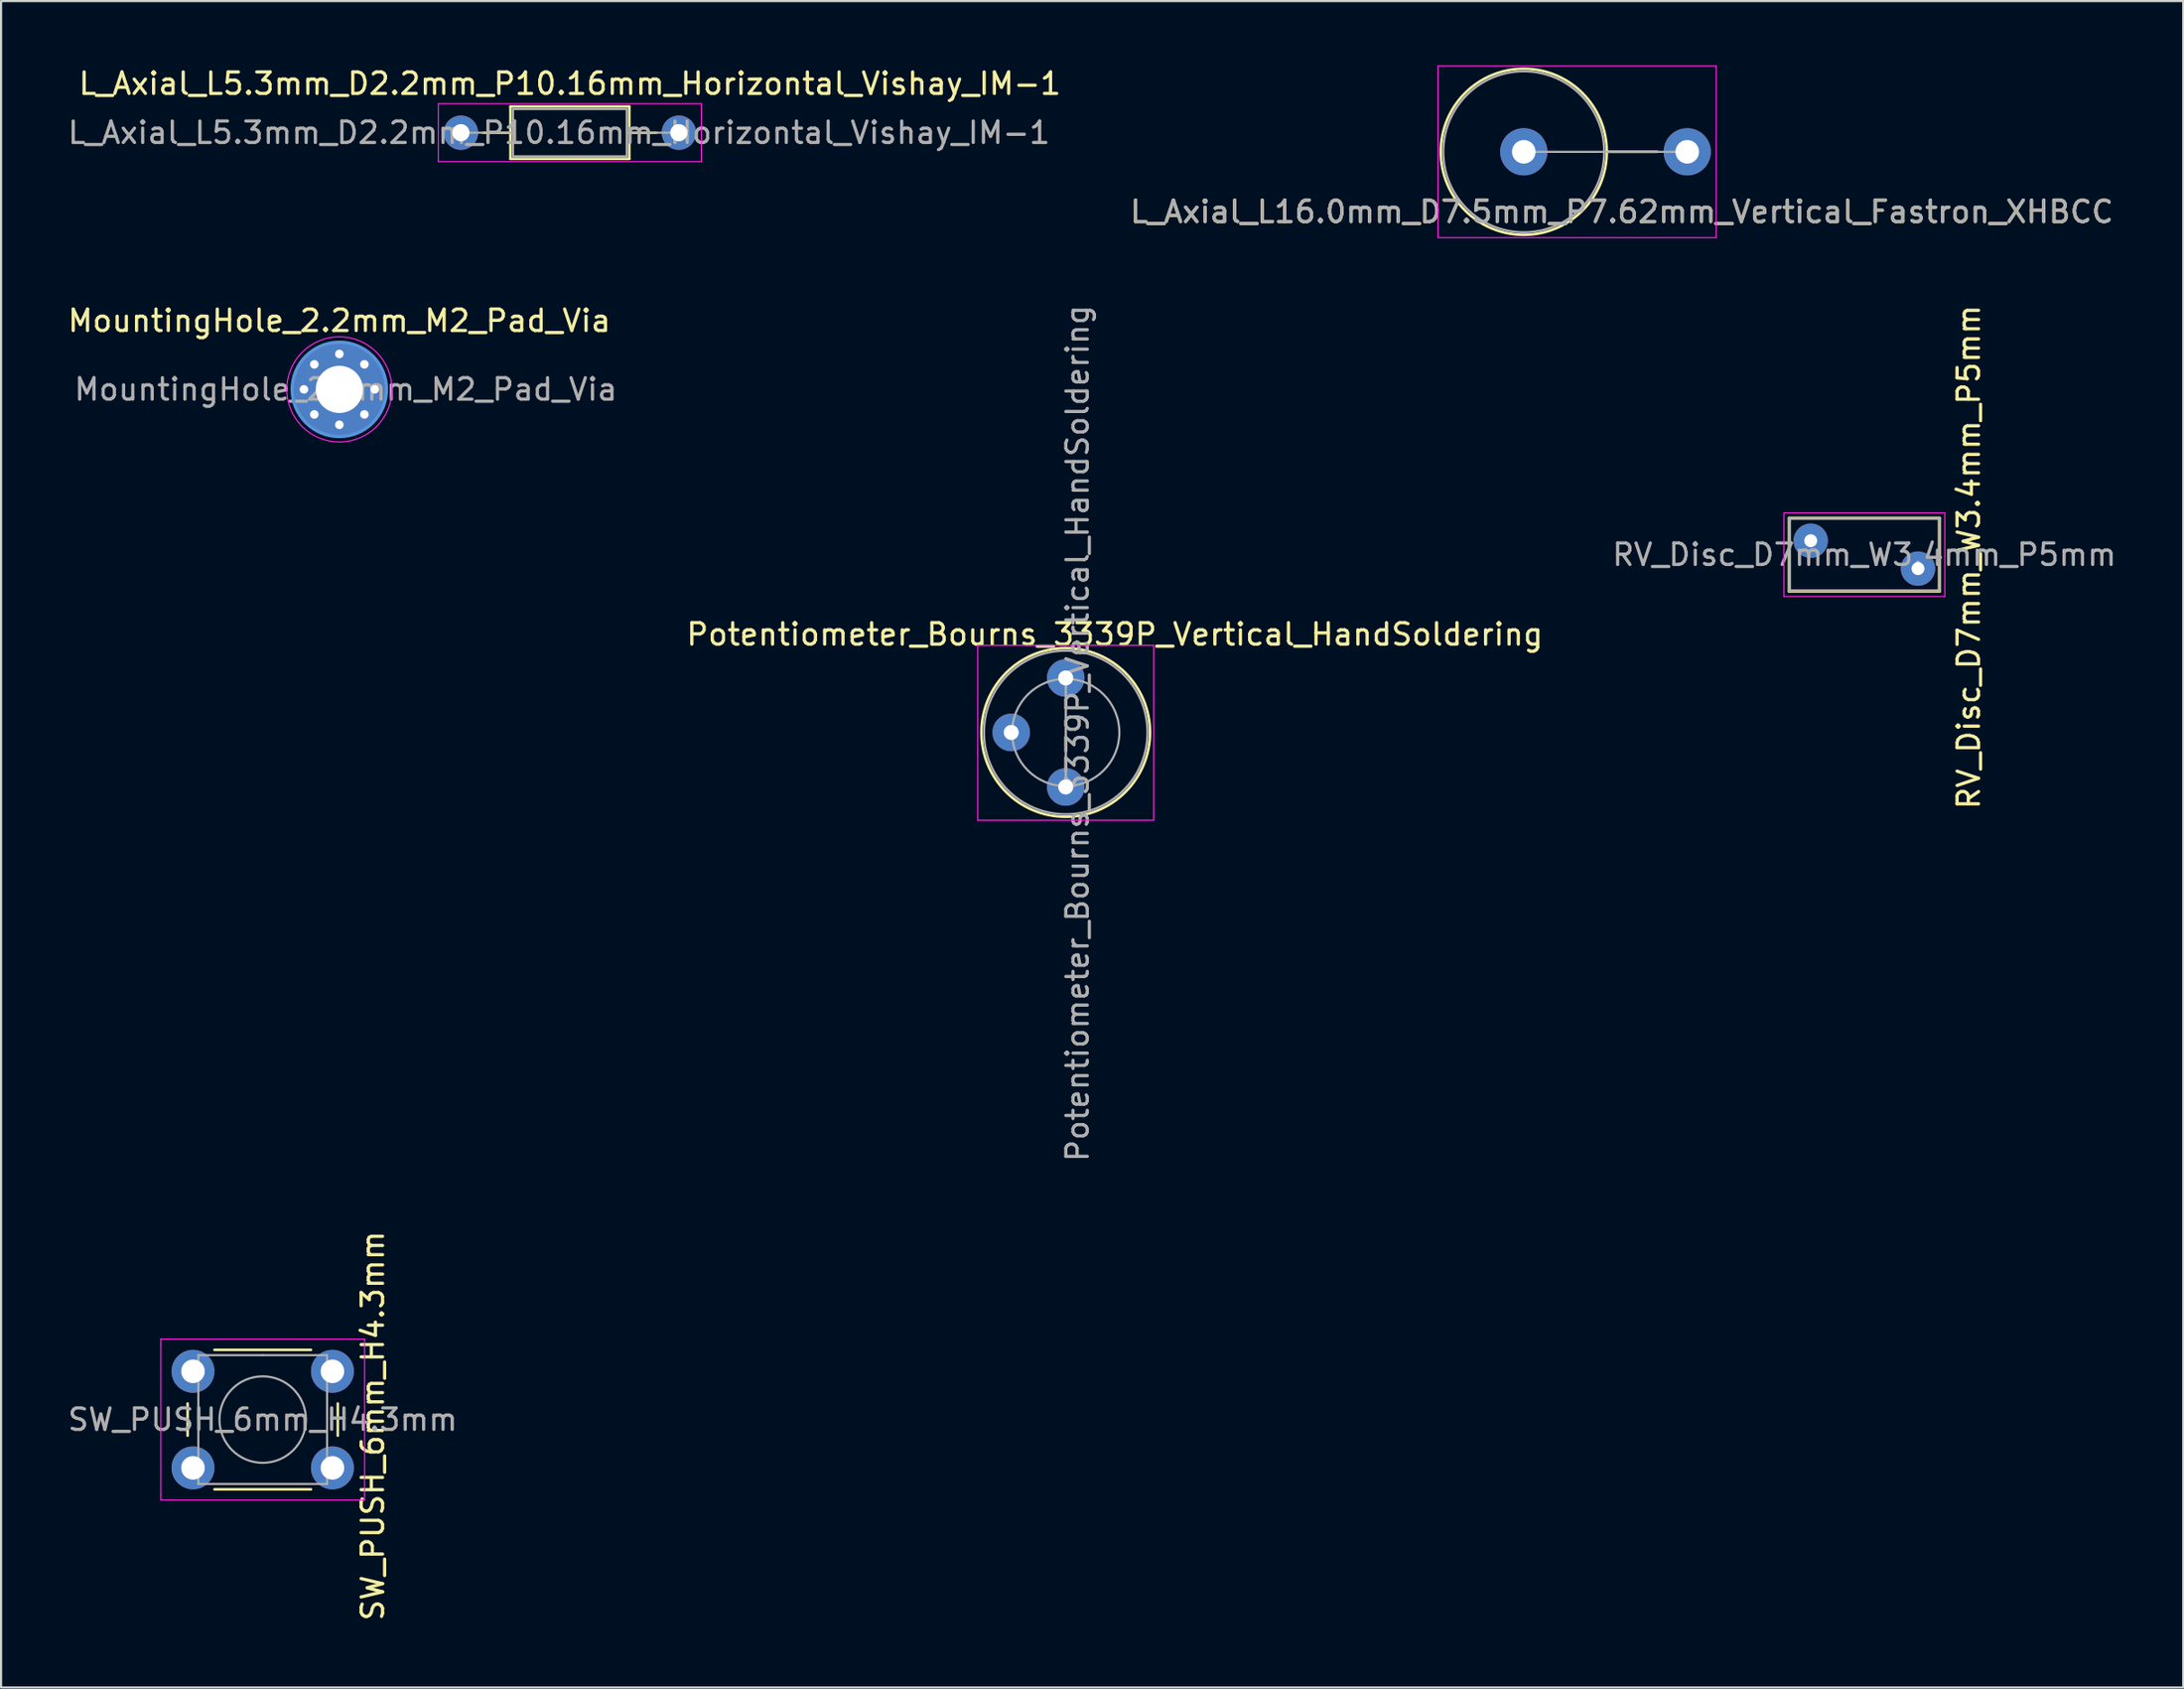
<source format=kicad_pcb>
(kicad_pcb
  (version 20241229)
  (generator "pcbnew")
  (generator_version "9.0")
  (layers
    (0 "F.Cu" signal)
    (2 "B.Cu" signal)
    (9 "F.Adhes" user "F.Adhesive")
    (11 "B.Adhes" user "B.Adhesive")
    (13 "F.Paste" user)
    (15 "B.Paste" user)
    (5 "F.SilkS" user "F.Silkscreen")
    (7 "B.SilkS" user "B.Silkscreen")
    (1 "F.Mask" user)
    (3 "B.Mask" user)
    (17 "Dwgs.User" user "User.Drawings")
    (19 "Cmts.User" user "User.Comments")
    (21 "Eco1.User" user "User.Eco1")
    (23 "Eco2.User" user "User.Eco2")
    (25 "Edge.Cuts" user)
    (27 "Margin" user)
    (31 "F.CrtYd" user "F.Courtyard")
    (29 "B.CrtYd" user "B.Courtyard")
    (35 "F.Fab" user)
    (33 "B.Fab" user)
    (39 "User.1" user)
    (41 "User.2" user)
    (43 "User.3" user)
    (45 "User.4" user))
  (footprint "Potentiometer_Bourns_3339P_Vertical_HandSoldering"
    (layer "F.Cu")
    (at 46.627 33.627)
    (property "Reference" "Potentiometer_Bourns_3339P_Vertical_HandSoldering" (at 2.286 -7.112 0) (layer "F.SilkS") (effects (font (size 1 1) (thickness 0.15))))
    (attr through_hole)
    (fp_circle (center 0 -2.54) (end 3.93 -2.54) (stroke (width 0.12) (type solid)) (fill no) (layer "F.SilkS"))
    (fp_line (start -4.1 -6.6) (end -4.1 1.55) (stroke (width 0.05) (type solid)) (layer "F.CrtYd"))
    (fp_line (start -4.1 1.55) (end 4.1 1.55) (stroke (width 0.05) (type solid)) (layer "F.CrtYd"))
    (fp_line (start 4.1 -6.6) (end -4.1 -6.6) (stroke (width 0.05) (type solid)) (layer "F.CrtYd"))
    (fp_line (start 4.1 1.55) (end 4.1 -6.6) (stroke (width 0.05) (type solid)) (layer "F.CrtYd"))
    (fp_line (start 0 -0.064) (end 0.001 -5.014) (stroke (width 0.1) (type solid)) (layer "F.Fab"))
    (fp_line (start 0 -0.064) (end 0.001 -5.014) (stroke (width 0.1) (type solid)) (layer "F.Fab"))
    (fp_circle (center 0 -2.54) (end 2.5 -2.54) (stroke (width 0.1) (type solid)) (fill no) (layer "F.Fab"))
    (fp_circle (center 0 -2.54) (end 3.81 -2.54) (stroke (width 0.1) (type solid)) (fill no) (layer "F.Fab"))
    (fp_text user "${REFERENCE}" (at 0.55 -2.5 90) (layer "F.Fab") (effects (font (size 1 1) (thickness 0.15))))
    (pad "1" thru_hole circle (at 0 0) (size 1.75 1.75) (drill 0.7) (layers "*.Cu" "*.Mask"))
    (pad "2" thru_hole circle (at -2.54 -2.54) (size 1.75 1.75) (drill 0.7) (layers "*.Cu" "*.Mask"))
    (pad "3" thru_hole circle (at 0 -5.08) (size 1.75 1.75) (drill 0.7) (layers "*.Cu" "*.Mask")))
  (footprint "RV_Disc_D7mm_W3.4mm_P5mm"
    (layer "F.Cu")
    (at 81.354 22.151)
    (property "Reference" "RV_Disc_D7mm_W3.4mm_P5mm" (at 7.366 0.762 270) (layer "F.SilkS") (effects (font (size 1 1) (thickness 0.15))))
    (attr through_hole)
    (fp_line (start -1 -1.05) (end -1 2.35) (stroke (width 0.15) (type solid)) (layer "F.SilkS"))
    (fp_line (start -1 -1.05) (end 6 -1.05) (stroke (width 0.15) (type solid)) (layer "F.SilkS"))
    (fp_line (start -1 2.35) (end 6 2.35) (stroke (width 0.15) (type solid)) (layer "F.SilkS"))
    (fp_line (start 6 -1.05) (end 6 2.35) (stroke (width 0.15) (type solid)) (layer "F.SilkS"))
    (fp_line (start -1.25 -1.3) (end -1.25 2.6) (stroke (width 0.05) (type solid)) (layer "F.CrtYd"))
    (fp_line (start -1.25 -1.3) (end 6.25 -1.3) (stroke (width 0.05) (type solid)) (layer "F.CrtYd"))
    (fp_line (start -1.25 2.6) (end 6.25 2.6) (stroke (width 0.05) (type solid)) (layer "F.CrtYd"))
    (fp_line (start 6.25 -1.3) (end 6.25 2.6) (stroke (width 0.05) (type solid)) (layer "F.CrtYd"))
    (fp_line (start -1 -1.05) (end -1 2.35) (stroke (width 0.1) (type solid)) (layer "F.Fab"))
    (fp_line (start -1 -1.05) (end 6 -1.05) (stroke (width 0.1) (type solid)) (layer "F.Fab"))
    (fp_line (start -1 2.35) (end 6 2.35) (stroke (width 0.1) (type solid)) (layer "F.Fab"))
    (fp_line (start 6 -1.05) (end 6 2.35) (stroke (width 0.1) (type solid)) (layer "F.Fab"))
    (fp_text user "${REFERENCE}" (at 2.5 0.65 0) (layer "F.Fab") (effects (font (size 1 1) (thickness 0.15))))
    (pad "1" thru_hole circle (at 0 0) (size 1.6 1.6) (drill 0.6) (layers "*.Cu" "*.Mask"))
    (pad "2" thru_hole circle (at 5 1.3) (size 1.6 1.6) (drill 0.6) (layers "*.Cu" "*.Mask")))
  (footprint "L_Axial_L16.0mm_D7.5mm_P7.62mm_Vertical_Fastron_XHBCC"
    (layer "F.Cu")
    (at 67.978 4.025)
    (property "Reference" "L_Axial_L16.0mm_D7.5mm_P7.62mm_Vertical_Fastron_XHBCC" (at 4.572 2.794 0) (layer "F.SilkS") (effects (font (size 1 1) (thickness 0.15))))
    (attr through_hole)
    (fp_line (start 3.87 0) (end 6.22 0) (stroke (width 0.12) (type solid)) (layer "F.SilkS"))
    (fp_circle (center 0 0) (end 3.87 0) (stroke (width 0.12) (type solid)) (fill no) (layer "F.SilkS"))
    (fp_line (start -4 -4) (end -4 4) (stroke (width 0.05) (type solid)) (layer "F.CrtYd"))
    (fp_line (start -4 4) (end 8.97 4) (stroke (width 0.05) (type solid)) (layer "F.CrtYd"))
    (fp_line (start 8.97 -4) (end -4 -4) (stroke (width 0.05) (type solid)) (layer "F.CrtYd"))
    (fp_line (start 8.97 4) (end 8.97 -4) (stroke (width 0.05) (type solid)) (layer "F.CrtYd"))
    (fp_line (start 0 0) (end 7.62 0) (stroke (width 0.1) (type solid)) (layer "F.Fab"))
    (fp_circle (center 0 0) (end 3.75 0) (stroke (width 0.1) (type solid)) (fill no) (layer "F.Fab"))
    (fp_text user "${REFERENCE}" (at 4.572 2.794 0) (layer "F.Fab") (effects (font (size 1 1) (thickness 0.15))))
    (pad "1" thru_hole circle (at 0 0) (size 2.2 2.2) (drill 1.1) (layers "*.Cu" "*.Mask"))
    (pad "2" thru_hole oval (at 7.62 0) (size 2.2 2.2) (drill 1.1) (layers "*.Cu" "*.Mask")))
  (footprint "SW_PUSH_6mm_H4.3mm"
    (layer "F.Cu")
    (at 5.946 60.861)
    (property "Reference" "SW_PUSH_6mm_H4.3mm" (at 8.382 2.54 270) (layer "F.SilkS") (effects (font (size 1 1) (thickness 0.15))))
    (attr through_hole)
    (fp_line (start -0.25 1.5) (end -0.25 3) (stroke (width 0.12) (type solid)) (layer "F.SilkS"))
    (fp_line (start 1 5.5) (end 5.5 5.5) (stroke (width 0.12) (type solid)) (layer "F.SilkS"))
    (fp_line (start 5.5 -1) (end 1 -1) (stroke (width 0.12) (type solid)) (layer "F.SilkS"))
    (fp_line (start 6.75 3) (end 6.75 1.5) (stroke (width 0.12) (type solid)) (layer "F.SilkS"))
    (fp_line (start -1.5 -1.5) (end -1.25 -1.5) (stroke (width 0.05) (type solid)) (layer "F.CrtYd"))
    (fp_line (start -1.5 -1.25) (end -1.5 -1.5) (stroke (width 0.05) (type solid)) (layer "F.CrtYd"))
    (fp_line (start -1.5 5.75) (end -1.5 -1.25) (stroke (width 0.05) (type solid)) (layer "F.CrtYd"))
    (fp_line (start -1.5 5.75) (end -1.5 6) (stroke (width 0.05) (type solid)) (layer "F.CrtYd"))
    (fp_line (start -1.5 6) (end -1.25 6) (stroke (width 0.05) (type solid)) (layer "F.CrtYd"))
    (fp_line (start -1.25 -1.5) (end 7.75 -1.5) (stroke (width 0.05) (type solid)) (layer "F.CrtYd"))
    (fp_line (start 7.75 -1.5) (end 8 -1.5) (stroke (width 0.05) (type solid)) (layer "F.CrtYd"))
    (fp_line (start 7.75 6) (end -1.25 6) (stroke (width 0.05) (type solid)) (layer "F.CrtYd"))
    (fp_line (start 7.75 6) (end 8 6) (stroke (width 0.05) (type solid)) (layer "F.CrtYd"))
    (fp_line (start 8 -1.5) (end 8 -1.25) (stroke (width 0.05) (type solid)) (layer "F.CrtYd"))
    (fp_line (start 8 -1.25) (end 8 5.75) (stroke (width 0.05) (type solid)) (layer "F.CrtYd"))
    (fp_line (start 8 6) (end 8 5.75) (stroke (width 0.05) (type solid)) (layer "F.CrtYd"))
    (fp_line (start 0.25 -0.75) (end 3.25 -0.75) (stroke (width 0.1) (type solid)) (layer "F.Fab"))
    (fp_line (start 0.25 5.25) (end 0.25 -0.75) (stroke (width 0.1) (type solid)) (layer "F.Fab"))
    (fp_line (start 3.25 -0.75) (end 6.25 -0.75) (stroke (width 0.1) (type solid)) (layer "F.Fab"))
    (fp_line (start 6.25 -0.75) (end 6.25 5.25) (stroke (width 0.1) (type solid)) (layer "F.Fab"))
    (fp_line (start 6.25 5.25) (end 0.25 5.25) (stroke (width 0.1) (type solid)) (layer "F.Fab"))
    (fp_circle (center 3.25 2.25) (end 1.25 2.5) (stroke (width 0.1) (type solid)) (fill no) (layer "F.Fab"))
    (fp_text user "${REFERENCE}" (at 3.25 2.25 180) (layer "F.Fab") (effects (font (size 1 1) (thickness 0.15))))
    (pad "1" thru_hole circle (at 0 0 90) (size 2 2) (drill 1.1) (layers "*.Cu" "*.Mask"))
    (pad "1" thru_hole circle (at 6.5 0 90) (size 2 2) (drill 1.1) (layers "*.Cu" "*.Mask"))
    (pad "2" thru_hole circle (at 0 4.5 90) (size 2 2) (drill 1.1) (layers "*.Cu" "*.Mask"))
    (pad "2" thru_hole circle (at 6.5 4.5 90) (size 2 2) (drill 1.1) (layers "*.Cu" "*.Mask")))
  (footprint "L_Axial_L5.3mm_D2.2mm_P10.16mm_Horizontal_Vishay_IM-1"
    (layer "F.Cu")
    (at 18.434 3.134)
    (property "Reference" "L_Axial_L5.3mm_D2.2mm_P10.16mm_Horizontal_Vishay_IM-1" (at 5.08 -2.286 180) (layer "F.SilkS") (effects (font (size 1 1) (thickness 0.15))))
    (attr through_hole)
    (fp_line (start 1.04 0) (end 2.31 0) (stroke (width 0.12) (type solid)) (layer "F.SilkS"))
    (fp_line (start 2.31 -1.22) (end 2.31 1.22) (stroke (width 0.12) (type solid)) (layer "F.SilkS"))
    (fp_line (start 2.31 1.22) (end 7.85 1.22) (stroke (width 0.12) (type solid)) (layer "F.SilkS"))
    (fp_line (start 7.85 -1.22) (end 2.31 -1.22) (stroke (width 0.12) (type solid)) (layer "F.SilkS"))
    (fp_line (start 7.85 1.22) (end 7.85 -1.22) (stroke (width 0.12) (type solid)) (layer "F.SilkS"))
    (fp_line (start 9.12 0) (end 7.85 0) (stroke (width 0.12) (type solid)) (layer "F.SilkS"))
    (fp_line (start -1.05 -1.35) (end -1.05 1.35) (stroke (width 0.05) (type solid)) (layer "F.CrtYd"))
    (fp_line (start -1.05 1.35) (end 11.21 1.35) (stroke (width 0.05) (type solid)) (layer "F.CrtYd"))
    (fp_line (start 11.21 -1.35) (end -1.05 -1.35) (stroke (width 0.05) (type solid)) (layer "F.CrtYd"))
    (fp_line (start 11.21 1.35) (end 11.21 -1.35) (stroke (width 0.05) (type solid)) (layer "F.CrtYd"))
    (fp_line (start 0 0) (end 2.43 0) (stroke (width 0.1) (type solid)) (layer "F.Fab"))
    (fp_line (start 2.43 -1.1) (end 2.43 1.1) (stroke (width 0.1) (type solid)) (layer "F.Fab"))
    (fp_line (start 2.43 1.1) (end 7.73 1.1) (stroke (width 0.1) (type solid)) (layer "F.Fab"))
    (fp_line (start 7.73 -1.1) (end 2.43 -1.1) (stroke (width 0.1) (type solid)) (layer "F.Fab"))
    (fp_line (start 7.73 1.1) (end 7.73 -1.1) (stroke (width 0.1) (type solid)) (layer "F.Fab"))
    (fp_line (start 10.16 0) (end 7.73 0) (stroke (width 0.1) (type solid)) (layer "F.Fab"))
    (fp_text user "${REFERENCE}" (at 4.572 0 180) (layer "F.Fab") (effects (font (size 1 1) (thickness 0.15))))
    (pad "1" thru_hole circle (at 0 0) (size 1.6 1.6) (drill 0.8) (layers "*.Cu" "*.Mask"))
    (pad "2" thru_hole oval (at 10.16 0) (size 1.6 1.6) (drill 0.8) (layers "*.Cu" "*.Mask")))
  (footprint "MountingHole_2.2mm_M2_Pad_Via"
    (layer "F.Cu")
    (at 12.768 15.098)
    (property "Reference" "MountingHole_2.2mm_M2_Pad_Via" (at 0 -3.2 0) (layer "F.SilkS") (effects (font (size 1 1) (thickness 0.15))))
    (attr exclude_from_pos_files exclude_from_bom)
    (fp_circle (center 0 0) (end 2.2 0) (stroke (width 0.15) (type solid)) (fill no) (layer "Cmts.User"))
    (fp_circle (center 0 0) (end 2.45 0) (stroke (width 0.05) (type solid)) (fill no) (layer "F.CrtYd"))
    (fp_text user "${REFERENCE}" (at 0.3 0 0) (layer "F.Fab") (effects (font (size 1 1) (thickness 0.15))))
    (pad "1" thru_hole circle (at -1.65 0) (size 0.7 0.7) (drill 0.4) (layers "*.Cu" "*.Mask"))
    (pad "1" thru_hole circle (at -1.167 -1.167) (size 0.7 0.7) (drill 0.4) (layers "*.Cu" "*.Mask"))
    (pad "1" thru_hole circle (at -1.167 1.167) (size 0.7 0.7) (drill 0.4) (layers "*.Cu" "*.Mask"))
    (pad "1" thru_hole circle (at 0 -1.65) (size 0.7 0.7) (drill 0.4) (layers "*.Cu" "*.Mask"))
    (pad "1" thru_hole circle (at 0 0) (size 4.4 4.4) (drill 2.2) (layers "*.Cu" "*.Mask"))
    (pad "1" thru_hole circle (at 0 1.65) (size 0.7 0.7) (drill 0.4) (layers "*.Cu" "*.Mask"))
    (pad "1" thru_hole circle (at 1.167 -1.167) (size 0.7 0.7) (drill 0.4) (layers "*.Cu" "*.Mask"))
    (pad "1" thru_hole circle (at 1.167 1.167) (size 0.7 0.7) (drill 0.4) (layers "*.Cu" "*.Mask"))
    (pad "1" thru_hole circle (at 1.65 0) (size 0.7 0.7) (drill 0.4) (layers "*.Cu" "*.Mask")))
  (gr_rect
    (start -3 -3)
    (end 98.717 75.598)
    (stroke (width 0.1) (type default))
    (fill no)
    (layer "Edge.Cuts")))
</source>
